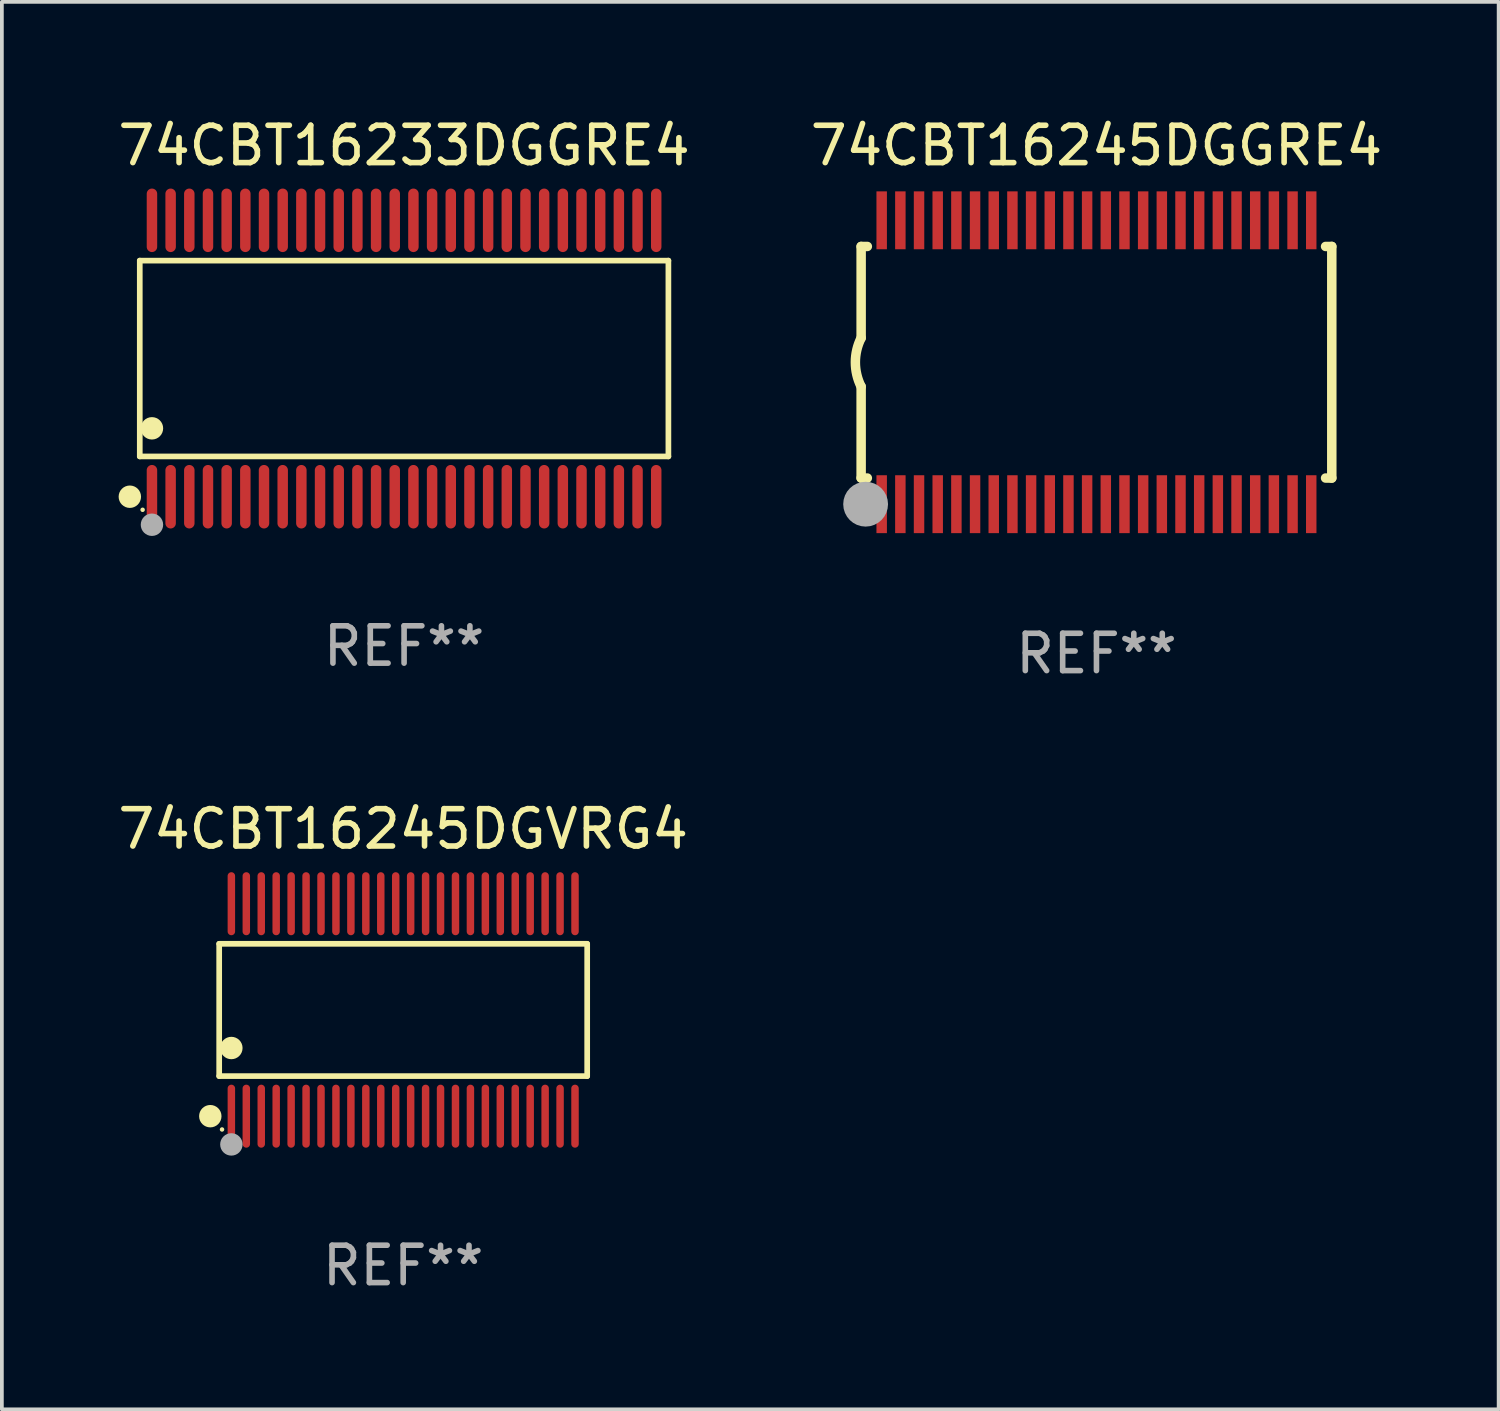
<source format=kicad_pcb>
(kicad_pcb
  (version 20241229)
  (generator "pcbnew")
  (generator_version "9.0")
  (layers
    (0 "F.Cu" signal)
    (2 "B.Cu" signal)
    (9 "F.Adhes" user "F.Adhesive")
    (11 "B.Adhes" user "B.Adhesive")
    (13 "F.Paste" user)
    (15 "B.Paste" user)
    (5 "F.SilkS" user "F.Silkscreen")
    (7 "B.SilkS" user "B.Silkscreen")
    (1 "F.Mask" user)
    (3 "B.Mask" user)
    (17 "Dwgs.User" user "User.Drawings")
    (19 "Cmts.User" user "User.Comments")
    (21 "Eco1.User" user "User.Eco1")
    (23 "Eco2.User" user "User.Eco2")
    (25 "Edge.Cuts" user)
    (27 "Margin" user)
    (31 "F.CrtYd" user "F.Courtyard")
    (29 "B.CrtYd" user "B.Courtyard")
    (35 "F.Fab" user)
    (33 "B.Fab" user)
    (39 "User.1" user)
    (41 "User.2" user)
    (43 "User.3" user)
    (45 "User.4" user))
  (footprint "74CBT16233DGGRE4"
    (layer "F.Cu")
    (at 7.768 6.548)
    (property "Reference" "74CBT16233DGGRE4" (at 0 -5.7 0) (layer "F.SilkS") (effects (font (size 1 1) (thickness 0.15))))
    (attr through_hole)
    (fp_line (start -7.076 -2.621) (end 7.076 -2.621) (stroke (width 0.152) (type solid)) (layer "F.SilkS"))
    (fp_line (start -7.076 2.621) (end -7.076 -2.621) (stroke (width 0.152) (type solid)) (layer "F.SilkS"))
    (fp_line (start 7.076 -2.621) (end 7.076 2.621) (stroke (width 0.152) (type solid)) (layer "F.SilkS"))
    (fp_line (start 7.076 2.621) (end -7.076 2.621) (stroke (width 0.152) (type solid)) (layer "F.SilkS"))
    (fp_circle (center -7.342 3.7) (end -7.192 3.7) (stroke (width 0.3) (type solid)) (fill no) (layer "F.SilkS"))
    (fp_circle (center -7 4.05) (end -6.97 4.05) (stroke (width 0.06) (type solid)) (fill no) (layer "F.SilkS"))
    (fp_circle (center -6.75 1.869) (end -6.6 1.869) (stroke (width 0.3) (type solid)) (fill no) (layer "F.SilkS"))
    (fp_circle (center -6.75 4.45) (end -6.6 4.45) (stroke (width 0.3) (type solid)) (fill no) (layer "F.Fab"))
    (fp_text user "REF**" (at 0 7.7 0) (layer "F.Fab") (effects (font (size 1 1) (thickness 0.15))))
    (pad "1" smd oval (at -6.75 3.7) (size 0.28 1.7) (layers "F.Cu" "F.Mask" "F.Paste"))
    (pad "2" smd oval (at -6.25 3.7) (size 0.28 1.7) (layers "F.Cu" "F.Mask" "F.Paste"))
    (pad "3" smd oval (at -5.75 3.7) (size 0.28 1.7) (layers "F.Cu" "F.Mask" "F.Paste"))
    (pad "4" smd oval (at -5.25 3.7) (size 0.28 1.7) (layers "F.Cu" "F.Mask" "F.Paste"))
    (pad "5" smd oval (at -4.75 3.7) (size 0.28 1.7) (layers "F.Cu" "F.Mask" "F.Paste"))
    (pad "6" smd oval (at -4.25 3.7) (size 0.28 1.7) (layers "F.Cu" "F.Mask" "F.Paste"))
    (pad "7" smd oval (at -3.75 3.7) (size 0.28 1.7) (layers "F.Cu" "F.Mask" "F.Paste"))
    (pad "8" smd oval (at -3.25 3.7) (size 0.28 1.7) (layers "F.Cu" "F.Mask" "F.Paste"))
    (pad "9" smd oval (at -2.75 3.7) (size 0.28 1.7) (layers "F.Cu" "F.Mask" "F.Paste"))
    (pad "10" smd oval (at -2.25 3.7) (size 0.28 1.7) (layers "F.Cu" "F.Mask" "F.Paste"))
    (pad "11" smd oval (at -1.75 3.7) (size 0.28 1.7) (layers "F.Cu" "F.Mask" "F.Paste"))
    (pad "12" smd oval (at -1.25 3.7) (size 0.28 1.7) (layers "F.Cu" "F.Mask" "F.Paste"))
    (pad "13" smd oval (at -0.75 3.7) (size 0.28 1.7) (layers "F.Cu" "F.Mask" "F.Paste"))
    (pad "14" smd oval (at -0.25 3.7) (size 0.28 1.7) (layers "F.Cu" "F.Mask" "F.Paste"))
    (pad "15" smd oval (at 0.25 3.7) (size 0.28 1.7) (layers "F.Cu" "F.Mask" "F.Paste"))
    (pad "16" smd oval (at 0.75 3.7) (size 0.28 1.7) (layers "F.Cu" "F.Mask" "F.Paste"))
    (pad "17" smd oval (at 1.25 3.7) (size 0.28 1.7) (layers "F.Cu" "F.Mask" "F.Paste"))
    (pad "18" smd oval (at 1.75 3.7) (size 0.28 1.7) (layers "F.Cu" "F.Mask" "F.Paste"))
    (pad "19" smd oval (at 2.25 3.7) (size 0.28 1.7) (layers "F.Cu" "F.Mask" "F.Paste"))
    (pad "20" smd oval (at 2.75 3.7) (size 0.28 1.7) (layers "F.Cu" "F.Mask" "F.Paste"))
    (pad "21" smd oval (at 3.25 3.7) (size 0.28 1.7) (layers "F.Cu" "F.Mask" "F.Paste"))
    (pad "22" smd oval (at 3.75 3.7) (size 0.28 1.7) (layers "F.Cu" "F.Mask" "F.Paste"))
    (pad "23" smd oval (at 4.25 3.7) (size 0.28 1.7) (layers "F.Cu" "F.Mask" "F.Paste"))
    (pad "24" smd oval (at 4.75 3.7) (size 0.28 1.7) (layers "F.Cu" "F.Mask" "F.Paste"))
    (pad "25" smd oval (at 5.25 3.7) (size 0.28 1.7) (layers "F.Cu" "F.Mask" "F.Paste"))
    (pad "26" smd oval (at 5.75 3.7) (size 0.28 1.7) (layers "F.Cu" "F.Mask" "F.Paste"))
    (pad "27" smd oval (at 6.25 3.7) (size 0.28 1.7) (layers "F.Cu" "F.Mask" "F.Paste"))
    (pad "28" smd oval (at 6.75 3.7) (size 0.28 1.7) (layers "F.Cu" "F.Mask" "F.Paste"))
    (pad "29" smd oval (at 6.75 -3.7) (size 0.28 1.7) (layers "F.Cu" "F.Mask" "F.Paste"))
    (pad "30" smd oval (at 6.25 -3.7) (size 0.28 1.7) (layers "F.Cu" "F.Mask" "F.Paste"))
    (pad "31" smd oval (at 5.75 -3.7) (size 0.28 1.7) (layers "F.Cu" "F.Mask" "F.Paste"))
    (pad "32" smd oval (at 5.25 -3.7) (size 0.28 1.7) (layers "F.Cu" "F.Mask" "F.Paste"))
    (pad "33" smd oval (at 4.75 -3.7) (size 0.28 1.7) (layers "F.Cu" "F.Mask" "F.Paste"))
    (pad "34" smd oval (at 4.25 -3.7) (size 0.28 1.7) (layers "F.Cu" "F.Mask" "F.Paste"))
    (pad "35" smd oval (at 3.75 -3.7) (size 0.28 1.7) (layers "F.Cu" "F.Mask" "F.Paste"))
    (pad "36" smd oval (at 3.25 -3.7) (size 0.28 1.7) (layers "F.Cu" "F.Mask" "F.Paste"))
    (pad "37" smd oval (at 2.75 -3.7) (size 0.28 1.7) (layers "F.Cu" "F.Mask" "F.Paste"))
    (pad "38" smd oval (at 2.25 -3.7) (size 0.28 1.7) (layers "F.Cu" "F.Mask" "F.Paste"))
    (pad "39" smd oval (at 1.75 -3.7) (size 0.28 1.7) (layers "F.Cu" "F.Mask" "F.Paste"))
    (pad "40" smd oval (at 1.25 -3.7) (size 0.28 1.7) (layers "F.Cu" "F.Mask" "F.Paste"))
    (pad "41" smd oval (at 0.75 -3.7) (size 0.28 1.7) (layers "F.Cu" "F.Mask" "F.Paste"))
    (pad "42" smd oval (at 0.25 -3.7) (size 0.28 1.7) (layers "F.Cu" "F.Mask" "F.Paste"))
    (pad "43" smd oval (at -0.25 -3.7) (size 0.28 1.7) (layers "F.Cu" "F.Mask" "F.Paste"))
    (pad "44" smd oval (at -0.75 -3.7) (size 0.28 1.7) (layers "F.Cu" "F.Mask" "F.Paste"))
    (pad "45" smd oval (at -1.25 -3.7) (size 0.28 1.7) (layers "F.Cu" "F.Mask" "F.Paste"))
    (pad "46" smd oval (at -1.75 -3.7) (size 0.28 1.7) (layers "F.Cu" "F.Mask" "F.Paste"))
    (pad "47" smd oval (at -2.25 -3.7) (size 0.28 1.7) (layers "F.Cu" "F.Mask" "F.Paste"))
    (pad "48" smd oval (at -2.75 -3.7) (size 0.28 1.7) (layers "F.Cu" "F.Mask" "F.Paste"))
    (pad "49" smd oval (at -3.25 -3.7) (size 0.28 1.7) (layers "F.Cu" "F.Mask" "F.Paste"))
    (pad "50" smd oval (at -3.75 -3.7) (size 0.28 1.7) (layers "F.Cu" "F.Mask" "F.Paste"))
    (pad "51" smd oval (at -4.25 -3.7) (size 0.28 1.7) (layers "F.Cu" "F.Mask" "F.Paste"))
    (pad "52" smd oval (at -4.75 -3.7) (size 0.28 1.7) (layers "F.Cu" "F.Mask" "F.Paste"))
    (pad "53" smd oval (at -5.25 -3.7) (size 0.28 1.7) (layers "F.Cu" "F.Mask" "F.Paste"))
    (pad "54" smd oval (at -5.75 -3.7) (size 0.28 1.7) (layers "F.Cu" "F.Mask" "F.Paste"))
    (pad "55" smd oval (at -6.25 -3.7) (size 0.28 1.7) (layers "F.Cu" "F.Mask" "F.Paste"))
    (pad "56" smd oval (at -6.75 -3.7) (size 0.28 1.7) (layers "F.Cu" "F.Mask" "F.Paste")))
  (footprint "74CBT16245DGGRE4"
    (layer "F.Cu")
    (at 26.304 6.648)
    (property "Reference" "74CBT16245DGGRE4" (at 0 -5.8 0) (layer "F.SilkS") (effects (font (size 1 1) (thickness 0.15))))
    (attr through_hole)
    (fp_line (start -6.3 -3.1) (end -6.3 -0.65) (stroke (width 0.254) (type solid)) (layer "F.SilkS"))
    (fp_line (start -6.3 -3.1) (end -6.134 -3.1) (stroke (width 0.254) (type solid)) (layer "F.SilkS"))
    (fp_line (start -6.3 3.1) (end -6.3 0.65) (stroke (width 0.254) (type solid)) (layer "F.SilkS"))
    (fp_line (start -6.3 3.1) (end -6.134 3.1) (stroke (width 0.254) (type solid)) (layer "F.SilkS"))
    (fp_line (start 6.134 -3.1) (end 6.3 -3.1) (stroke (width 0.254) (type solid)) (layer "F.SilkS"))
    (fp_line (start 6.134 3.1) (end 6.3 3.1) (stroke (width 0.254) (type solid)) (layer "F.SilkS"))
    (fp_line (start 6.3 -3.1) (end 6.3 3.1) (stroke (width 0.254) (type solid)) (layer "F.SilkS"))
    (fp_arc (start -6.301016 0.650114) (mid -6.45413 -0.000082) (end -6.3 -0.650038) (stroke (width 0.254001) (type solid)) (layer "F.SilkS"))
    (fp_circle (center -6.35 3.81) (end -6.223 3.81) (stroke (width 0.254) (type solid)) (fill no) (layer "F.SilkS"))
    (fp_circle (center -6.25 4.05) (end -6.22 4.05) (stroke (width 0.06) (type solid)) (fill no) (layer "F.SilkS"))
    (fp_circle (center -6.18 3.8) (end -5.88 3.8) (stroke (width 0.6) (type solid)) (fill no) (layer "F.Fab"))
    (fp_text user "REF**" (at 0 7.8 0) (layer "F.Fab") (effects (font (size 1 1) (thickness 0.15))))
    (pad "1" smd rect (at -5.75 3.8) (size 0.28 1.55) (layers "F.Cu" "F.Mask" "F.Paste"))
    (pad "2" smd rect (at -5.25 3.8) (size 0.28 1.55) (layers "F.Cu" "F.Mask" "F.Paste"))
    (pad "3" smd rect (at -4.75 3.8) (size 0.28 1.55) (layers "F.Cu" "F.Mask" "F.Paste"))
    (pad "4" smd rect (at -4.25 3.8) (size 0.28 1.55) (layers "F.Cu" "F.Mask" "F.Paste"))
    (pad "5" smd rect (at -3.75 3.8) (size 0.28 1.55) (layers "F.Cu" "F.Mask" "F.Paste"))
    (pad "6" smd rect (at -3.25 3.8) (size 0.28 1.55) (layers "F.Cu" "F.Mask" "F.Paste"))
    (pad "7" smd rect (at -2.75 3.8) (size 0.28 1.55) (layers "F.Cu" "F.Mask" "F.Paste"))
    (pad "8" smd rect (at -2.25 3.8) (size 0.28 1.55) (layers "F.Cu" "F.Mask" "F.Paste"))
    (pad "9" smd rect (at -1.75 3.8) (size 0.28 1.55) (layers "F.Cu" "F.Mask" "F.Paste"))
    (pad "10" smd rect (at -1.25 3.8) (size 0.28 1.55) (layers "F.Cu" "F.Mask" "F.Paste"))
    (pad "11" smd rect (at -0.75 3.8) (size 0.28 1.55) (layers "F.Cu" "F.Mask" "F.Paste"))
    (pad "12" smd rect (at -0.25 3.8) (size 0.28 1.55) (layers "F.Cu" "F.Mask" "F.Paste"))
    (pad "13" smd rect (at 0.25 3.8) (size 0.28 1.55) (layers "F.Cu" "F.Mask" "F.Paste"))
    (pad "14" smd rect (at 0.75 3.8) (size 0.28 1.55) (layers "F.Cu" "F.Mask" "F.Paste"))
    (pad "15" smd rect (at 1.25 3.8) (size 0.28 1.55) (layers "F.Cu" "F.Mask" "F.Paste"))
    (pad "16" smd rect (at 1.75 3.8) (size 0.28 1.55) (layers "F.Cu" "F.Mask" "F.Paste"))
    (pad "17" smd rect (at 2.25 3.8) (size 0.28 1.55) (layers "F.Cu" "F.Mask" "F.Paste"))
    (pad "18" smd rect (at 2.75 3.8) (size 0.28 1.55) (layers "F.Cu" "F.Mask" "F.Paste"))
    (pad "19" smd rect (at 3.25 3.8) (size 0.28 1.55) (layers "F.Cu" "F.Mask" "F.Paste"))
    (pad "20" smd rect (at 3.75 3.8) (size 0.28 1.55) (layers "F.Cu" "F.Mask" "F.Paste"))
    (pad "21" smd rect (at 4.25 3.8) (size 0.28 1.55) (layers "F.Cu" "F.Mask" "F.Paste"))
    (pad "22" smd rect (at 4.75 3.8) (size 0.28 1.55) (layers "F.Cu" "F.Mask" "F.Paste"))
    (pad "23" smd rect (at 5.25 3.8) (size 0.28 1.55) (layers "F.Cu" "F.Mask" "F.Paste"))
    (pad "24" smd rect (at 5.75 3.8) (size 0.28 1.55) (layers "F.Cu" "F.Mask" "F.Paste"))
    (pad "25" smd rect (at 5.75 -3.8) (size 0.28 1.55) (layers "F.Cu" "F.Mask" "F.Paste"))
    (pad "26" smd rect (at 5.25 -3.8) (size 0.28 1.55) (layers "F.Cu" "F.Mask" "F.Paste"))
    (pad "27" smd rect (at 4.75 -3.8) (size 0.28 1.55) (layers "F.Cu" "F.Mask" "F.Paste"))
    (pad "28" smd rect (at 4.25 -3.8) (size 0.28 1.55) (layers "F.Cu" "F.Mask" "F.Paste"))
    (pad "29" smd rect (at 3.75 -3.8) (size 0.28 1.55) (layers "F.Cu" "F.Mask" "F.Paste"))
    (pad "30" smd rect (at 3.25 -3.8) (size 0.28 1.55) (layers "F.Cu" "F.Mask" "F.Paste"))
    (pad "31" smd rect (at 2.75 -3.8) (size 0.28 1.55) (layers "F.Cu" "F.Mask" "F.Paste"))
    (pad "32" smd rect (at 2.25 -3.8) (size 0.28 1.55) (layers "F.Cu" "F.Mask" "F.Paste"))
    (pad "33" smd rect (at 1.75 -3.8) (size 0.28 1.55) (layers "F.Cu" "F.Mask" "F.Paste"))
    (pad "34" smd rect (at 1.25 -3.8) (size 0.28 1.55) (layers "F.Cu" "F.Mask" "F.Paste"))
    (pad "35" smd rect (at 0.75 -3.8) (size 0.28 1.55) (layers "F.Cu" "F.Mask" "F.Paste"))
    (pad "36" smd rect (at 0.25 -3.8) (size 0.28 1.55) (layers "F.Cu" "F.Mask" "F.Paste"))
    (pad "37" smd rect (at -0.25 -3.8) (size 0.28 1.55) (layers "F.Cu" "F.Mask" "F.Paste"))
    (pad "38" smd rect (at -0.75 -3.8) (size 0.28 1.55) (layers "F.Cu" "F.Mask" "F.Paste"))
    (pad "39" smd rect (at -1.25 -3.8) (size 0.28 1.55) (layers "F.Cu" "F.Mask" "F.Paste"))
    (pad "40" smd rect (at -1.75 -3.8) (size 0.28 1.55) (layers "F.Cu" "F.Mask" "F.Paste"))
    (pad "41" smd rect (at -2.25 -3.8) (size 0.28 1.55) (layers "F.Cu" "F.Mask" "F.Paste"))
    (pad "42" smd rect (at -2.75 -3.8) (size 0.28 1.55) (layers "F.Cu" "F.Mask" "F.Paste"))
    (pad "43" smd rect (at -3.25 -3.8) (size 0.28 1.55) (layers "F.Cu" "F.Mask" "F.Paste"))
    (pad "44" smd rect (at -3.75 -3.8) (size 0.28 1.55) (layers "F.Cu" "F.Mask" "F.Paste"))
    (pad "45" smd rect (at -4.25 -3.8) (size 0.28 1.55) (layers "F.Cu" "F.Mask" "F.Paste"))
    (pad "46" smd rect (at -4.75 -3.8) (size 0.28 1.55) (layers "F.Cu" "F.Mask" "F.Paste"))
    (pad "47" smd rect (at -5.25 -3.8) (size 0.28 1.55) (layers "F.Cu" "F.Mask" "F.Paste"))
    (pad "48" smd rect (at -5.75 -3.8) (size 0.28 1.55) (layers "F.Cu" "F.Mask" "F.Paste")))
  (footprint "74CBT16245DGVRG4"
    (layer "F.Cu")
    (at 7.744 23.988)
    (property "Reference" "74CBT16245DGVRG4" (at 0 -4.844 0) (layer "F.SilkS") (effects (font (size 1 1) (thickness 0.15))))
    (attr through_hole)
    (fp_line (start -4.926 -1.771) (end 4.926 -1.771) (stroke (width 0.152) (type solid)) (layer "F.SilkS"))
    (fp_line (start -4.926 1.771) (end -4.926 -1.771) (stroke (width 0.152) (type solid)) (layer "F.SilkS"))
    (fp_line (start 4.926 -1.771) (end 4.926 1.771) (stroke (width 0.152) (type solid)) (layer "F.SilkS"))
    (fp_line (start 4.926 1.771) (end -4.926 1.771) (stroke (width 0.152) (type solid)) (layer "F.SilkS"))
    (fp_circle (center -5.164 2.844) (end -5.014 2.844) (stroke (width 0.3) (type solid)) (fill no) (layer "F.SilkS"))
    (fp_circle (center -4.85 3.2) (end -4.82 3.2) (stroke (width 0.06) (type solid)) (fill no) (layer "F.SilkS"))
    (fp_circle (center -4.6 1.019) (end -4.45 1.019) (stroke (width 0.3) (type solid)) (fill no) (layer "F.SilkS"))
    (fp_circle (center -4.6 3.6) (end -4.45 3.6) (stroke (width 0.3) (type solid)) (fill no) (layer "F.Fab"))
    (fp_text user "REF**" (at 0 6.844 0) (layer "F.Fab") (effects (font (size 1 1) (thickness 0.15))))
    (pad "1" smd oval (at -4.6 2.844) (size 0.2 1.687) (layers "F.Cu" "F.Mask" "F.Paste"))
    (pad "2" smd oval (at -4.2 2.844) (size 0.2 1.687) (layers "F.Cu" "F.Mask" "F.Paste"))
    (pad "3" smd oval (at -3.8 2.844) (size 0.2 1.687) (layers "F.Cu" "F.Mask" "F.Paste"))
    (pad "4" smd oval (at -3.4 2.844) (size 0.2 1.687) (layers "F.Cu" "F.Mask" "F.Paste"))
    (pad "5" smd oval (at -3 2.844) (size 0.2 1.687) (layers "F.Cu" "F.Mask" "F.Paste"))
    (pad "6" smd oval (at -2.6 2.844) (size 0.2 1.687) (layers "F.Cu" "F.Mask" "F.Paste"))
    (pad "7" smd oval (at -2.2 2.844) (size 0.2 1.687) (layers "F.Cu" "F.Mask" "F.Paste"))
    (pad "8" smd oval (at -1.8 2.844) (size 0.2 1.687) (layers "F.Cu" "F.Mask" "F.Paste"))
    (pad "9" smd oval (at -1.4 2.844) (size 0.2 1.687) (layers "F.Cu" "F.Mask" "F.Paste"))
    (pad "10" smd oval (at -1 2.844) (size 0.2 1.687) (layers "F.Cu" "F.Mask" "F.Paste"))
    (pad "11" smd oval (at -0.6 2.844) (size 0.2 1.687) (layers "F.Cu" "F.Mask" "F.Paste"))
    (pad "12" smd oval (at -0.2 2.844) (size 0.2 1.687) (layers "F.Cu" "F.Mask" "F.Paste"))
    (pad "13" smd oval (at 0.2 2.844) (size 0.2 1.687) (layers "F.Cu" "F.Mask" "F.Paste"))
    (pad "14" smd oval (at 0.6 2.844) (size 0.2 1.687) (layers "F.Cu" "F.Mask" "F.Paste"))
    (pad "15" smd oval (at 1 2.844) (size 0.2 1.687) (layers "F.Cu" "F.Mask" "F.Paste"))
    (pad "16" smd oval (at 1.4 2.844) (size 0.2 1.687) (layers "F.Cu" "F.Mask" "F.Paste"))
    (pad "17" smd oval (at 1.8 2.844) (size 0.2 1.687) (layers "F.Cu" "F.Mask" "F.Paste"))
    (pad "18" smd oval (at 2.2 2.844) (size 0.2 1.687) (layers "F.Cu" "F.Mask" "F.Paste"))
    (pad "19" smd oval (at 2.6 2.844) (size 0.2 1.687) (layers "F.Cu" "F.Mask" "F.Paste"))
    (pad "20" smd oval (at 3 2.844) (size 0.2 1.687) (layers "F.Cu" "F.Mask" "F.Paste"))
    (pad "21" smd oval (at 3.4 2.844) (size 0.2 1.687) (layers "F.Cu" "F.Mask" "F.Paste"))
    (pad "22" smd oval (at 3.8 2.844) (size 0.2 1.687) (layers "F.Cu" "F.Mask" "F.Paste"))
    (pad "23" smd oval (at 4.2 2.844) (size 0.2 1.687) (layers "F.Cu" "F.Mask" "F.Paste"))
    (pad "24" smd oval (at 4.6 2.844) (size 0.2 1.687) (layers "F.Cu" "F.Mask" "F.Paste"))
    (pad "25" smd oval (at 4.6 -2.844) (size 0.2 1.687) (layers "F.Cu" "F.Mask" "F.Paste"))
    (pad "26" smd oval (at 4.2 -2.844) (size 0.2 1.687) (layers "F.Cu" "F.Mask" "F.Paste"))
    (pad "27" smd oval (at 3.8 -2.844) (size 0.2 1.687) (layers "F.Cu" "F.Mask" "F.Paste"))
    (pad "28" smd oval (at 3.4 -2.844) (size 0.2 1.687) (layers "F.Cu" "F.Mask" "F.Paste"))
    (pad "29" smd oval (at 3 -2.844) (size 0.2 1.687) (layers "F.Cu" "F.Mask" "F.Paste"))
    (pad "30" smd oval (at 2.6 -2.844) (size 0.2 1.687) (layers "F.Cu" "F.Mask" "F.Paste"))
    (pad "31" smd oval (at 2.2 -2.844) (size 0.2 1.687) (layers "F.Cu" "F.Mask" "F.Paste"))
    (pad "32" smd oval (at 1.8 -2.844) (size 0.2 1.687) (layers "F.Cu" "F.Mask" "F.Paste"))
    (pad "33" smd oval (at 1.4 -2.844) (size 0.2 1.687) (layers "F.Cu" "F.Mask" "F.Paste"))
    (pad "34" smd oval (at 1 -2.844) (size 0.2 1.687) (layers "F.Cu" "F.Mask" "F.Paste"))
    (pad "35" smd oval (at 0.6 -2.844) (size 0.2 1.687) (layers "F.Cu" "F.Mask" "F.Paste"))
    (pad "36" smd oval (at 0.2 -2.844) (size 0.2 1.687) (layers "F.Cu" "F.Mask" "F.Paste"))
    (pad "37" smd oval (at -0.2 -2.844) (size 0.2 1.687) (layers "F.Cu" "F.Mask" "F.Paste"))
    (pad "38" smd oval (at -0.6 -2.844) (size 0.2 1.687) (layers "F.Cu" "F.Mask" "F.Paste"))
    (pad "39" smd oval (at -1 -2.844) (size 0.2 1.687) (layers "F.Cu" "F.Mask" "F.Paste"))
    (pad "40" smd oval (at -1.4 -2.844) (size 0.2 1.687) (layers "F.Cu" "F.Mask" "F.Paste"))
    (pad "41" smd oval (at -1.8 -2.844) (size 0.2 1.687) (layers "F.Cu" "F.Mask" "F.Paste"))
    (pad "42" smd oval (at -2.2 -2.844) (size 0.2 1.687) (layers "F.Cu" "F.Mask" "F.Paste"))
    (pad "43" smd oval (at -2.6 -2.844) (size 0.2 1.687) (layers "F.Cu" "F.Mask" "F.Paste"))
    (pad "44" smd oval (at -3 -2.844) (size 0.2 1.687) (layers "F.Cu" "F.Mask" "F.Paste"))
    (pad "45" smd oval (at -3.4 -2.844) (size 0.2 1.687) (layers "F.Cu" "F.Mask" "F.Paste"))
    (pad "46" smd oval (at -3.8 -2.844) (size 0.2 1.687) (layers "F.Cu" "F.Mask" "F.Paste"))
    (pad "47" smd oval (at -4.2 -2.844) (size 0.2 1.687) (layers "F.Cu" "F.Mask" "F.Paste"))
    (pad "48" smd oval (at -4.6 -2.844) (size 0.2 1.687) (layers "F.Cu" "F.Mask" "F.Paste")))
  (gr_rect
    (start -3 -3)
    (end 37.071 34.68)
    (stroke (width 0.1) (type default))
    (fill no)
    (layer "Edge.Cuts")))
</source>
